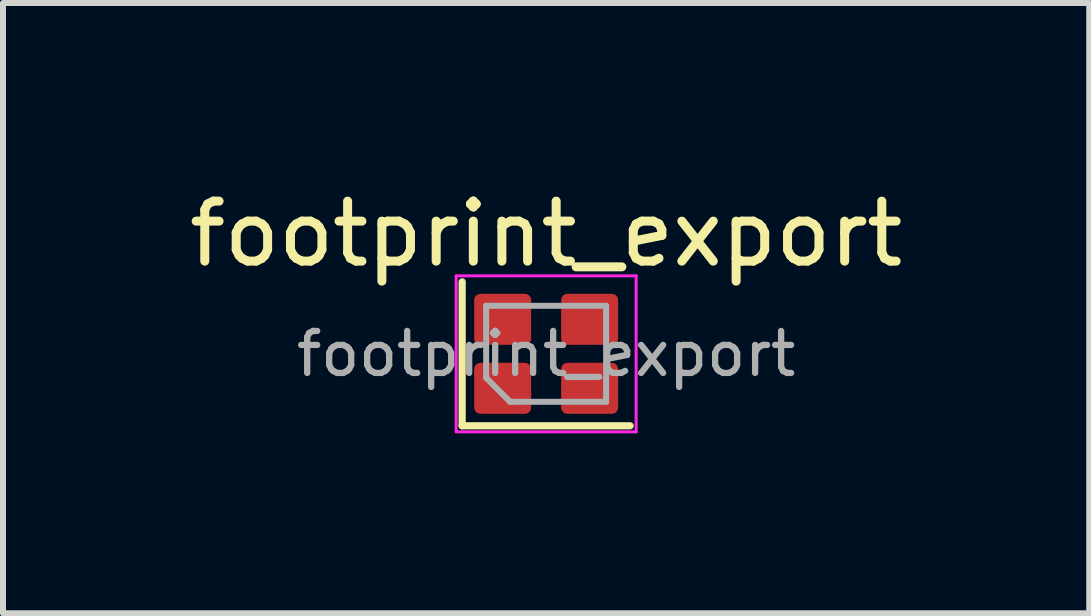
<source format=kicad_pcb>
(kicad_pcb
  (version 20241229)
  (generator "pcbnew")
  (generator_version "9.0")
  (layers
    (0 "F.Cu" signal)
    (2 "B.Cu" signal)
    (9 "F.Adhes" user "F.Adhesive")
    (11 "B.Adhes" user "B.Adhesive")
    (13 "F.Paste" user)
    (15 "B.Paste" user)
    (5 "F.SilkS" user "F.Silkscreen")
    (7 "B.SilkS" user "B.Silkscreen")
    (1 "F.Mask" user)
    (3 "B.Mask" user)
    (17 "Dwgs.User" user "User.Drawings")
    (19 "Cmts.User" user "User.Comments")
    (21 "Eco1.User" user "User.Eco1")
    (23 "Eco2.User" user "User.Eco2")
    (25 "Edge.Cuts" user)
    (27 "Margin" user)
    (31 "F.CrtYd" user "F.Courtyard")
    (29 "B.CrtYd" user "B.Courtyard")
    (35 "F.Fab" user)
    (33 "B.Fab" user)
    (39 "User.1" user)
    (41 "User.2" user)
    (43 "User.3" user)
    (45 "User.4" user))
  (footprint "footprint_export"
    (layer "F.Cu")
    (at 6.054 2.848)
    (property "Reference" "footprint_export" (at 0 -2 0) (layer "F.SilkS") (effects (font (size 1 1) (thickness 0.15))))
    (attr smd)
    (fp_line (start -1.4 -1.2) (end -1.4 1.2) (stroke (width 0.12) (type solid)) (layer "F.SilkS"))
    (fp_line (start -1.4 1.2) (end 1.4 1.2) (stroke (width 0.12) (type solid)) (layer "F.SilkS"))
    (fp_line (start -1.5 -1.3) (end -1.5 1.3) (stroke (width 0.05) (type solid)) (layer "F.CrtYd"))
    (fp_line (start -1.5 1.3) (end 1.5 1.3) (stroke (width 0.05) (type solid)) (layer "F.CrtYd"))
    (fp_line (start 1.5 -1.3) (end -1.5 -1.3) (stroke (width 0.05) (type solid)) (layer "F.CrtYd"))
    (fp_line (start 1.5 1.3) (end 1.5 -1.3) (stroke (width 0.05) (type solid)) (layer "F.CrtYd"))
    (fp_line (start -1 -0.8) (end 1 -0.8) (stroke (width 0.1) (type solid)) (layer "F.Fab"))
    (fp_line (start -1 0.4) (end -1 -0.8) (stroke (width 0.1) (type solid)) (layer "F.Fab"))
    (fp_line (start -1 0.4) (end -0.6 0.8) (stroke (width 0.1) (type solid)) (layer "F.Fab"))
    (fp_line (start 1 -0.8) (end 1 0.8) (stroke (width 0.1) (type solid)) (layer "F.Fab"))
    (fp_line (start 1 0.8) (end -0.6 0.8) (stroke (width 0.1) (type solid)) (layer "F.Fab"))
    (fp_text user "${REFERENCE}" (at 0 0 0) (layer "F.Fab") (effects (font (size 0.7 0.7) (thickness 0.105))))
    (pad "1" smd roundrect (at -0.725 0.575) (size 0.95 0.85) (layers "F.Cu" "F.Mask" "F.Paste") (roundrect_rratio 0.12))
    (pad "2" smd roundrect (at 0.725 0.575) (size 0.95 0.85) (layers "F.Cu" "F.Mask" "F.Paste") (roundrect_rratio 0.12))
    (pad "3" smd roundrect (at 0.725 -0.575) (size 0.95 0.85) (layers "F.Cu" "F.Mask" "F.Paste") (roundrect_rratio 0.12))
    (pad "4" smd roundrect (at -0.725 -0.575) (size 0.95 0.85) (layers "F.Cu" "F.Mask" "F.Paste") (roundrect_rratio 0.12)))
  (gr_rect
    (start -3 -3)
    (end 15.107 7.173)
    (stroke (width 0.1) (type default))
    (fill no)
    (layer "Edge.Cuts")))
</source>
